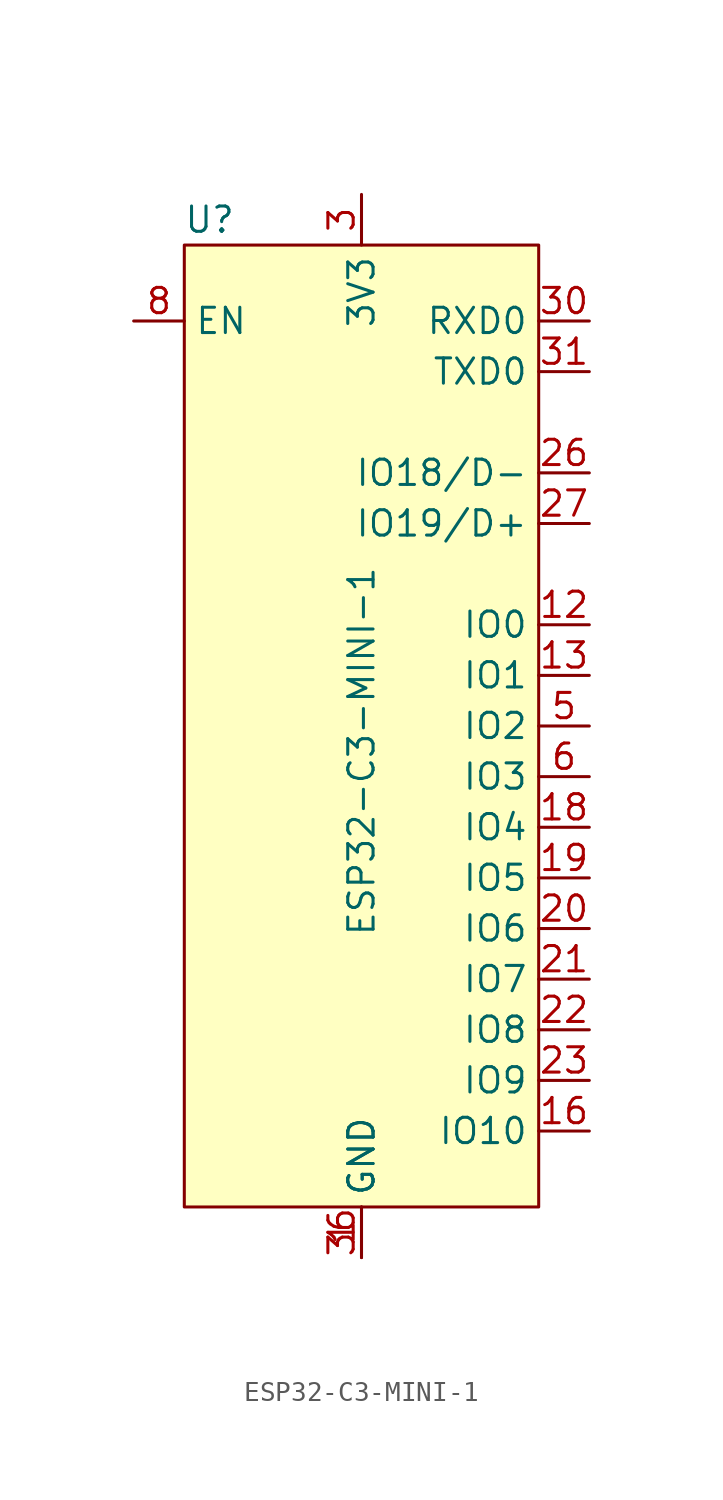
<source format=kicad_sym>
(kicad_symbol_lib
  (version 20220914)
  (generator kicad_symbol_editor)
  (symbol "ESP32-C3-MINI-1"
    (property "Reference" "U"
      (at -7.62 26.67 0)
      (effects (font (size 1.27 1.27))))
    (property "Value" "ESP32-C3-MINI-1"
      (at 0 0 90)
      (effects (font (size 1.27 1.27))))
    (symbol "ESP32-C3-MINI-1_0_0"
      (pin power_in line (at 0 -25.4 90) (length 2.54) (name "GND" (effects (font (size 1.27 1.27)))) (number "1" (effects (font (size 1.27 1.27)))))
      (pin bidirectional line (at 11.43 6.35 180) (length 2.54) (name "IO0" (effects (font (size 1.27 1.27)))) (number "12" (effects (font (size 1.27 1.27)))))
      (pin bidirectional line (at 11.43 3.81 180) (length 2.54) (name "IO1" (effects (font (size 1.27 1.27)))) (number "13" (effects (font (size 1.27 1.27)))))
      (pin bidirectional line (at 11.43 -19.05 180) (length 2.54) (name "IO10" (effects (font (size 1.27 1.27)))) (number "16" (effects (font (size 1.27 1.27)))))
      (pin bidirectional line (at 11.43 -3.81 180) (length 2.54) (name "IO4" (effects (font (size 1.27 1.27)))) (number "18" (effects (font (size 1.27 1.27)))))
      (pin bidirectional line (at 11.43 -6.35 180) (length 2.54) (name "IO5" (effects (font (size 1.27 1.27)))) (number "19" (effects (font (size 1.27 1.27)))))
      (pin bidirectional line (at 11.43 -8.89 180) (length 2.54) (name "IO6" (effects (font (size 1.27 1.27)))) (number "20" (effects (font (size 1.27 1.27)))))
      (pin bidirectional line (at 11.43 -11.43 180) (length 2.54) (name "IO7" (effects (font (size 1.27 1.27)))) (number "21" (effects (font (size 1.27 1.27)))))
      (pin bidirectional line (at 11.43 -13.97 180) (length 2.54) (name "IO8" (effects (font (size 1.27 1.27)))) (number "22" (effects (font (size 1.27 1.27)))))
      (pin bidirectional line (at 11.43 -16.51 180) (length 2.54) (name "IO9" (effects (font (size 1.27 1.27)))) (number "23" (effects (font (size 1.27 1.27)))))
      (pin power_in line (at 0 27.94 270) (length 2.54) (name "3V3" (effects (font (size 1.27 1.27)))) (number "3" (effects (font (size 1.27 1.27)))))
      (pin bidirectional line (at 11.43 21.59 180) (length 2.54) (name "RXD0" (effects (font (size 1.27 1.27)))) (number "30" (effects (font (size 1.27 1.27)))))
      (pin bidirectional line (at 11.43 19.05 180) (length 2.54) (name "TXD0" (effects (font (size 1.27 1.27)))) (number "31" (effects (font (size 1.27 1.27)))))
      (pin power_in line (at 0 -25.4 90) (length 2.54) (name "GND" (effects (font (size 1.27 1.27)))) (number "36" (effects (font (size 1.27 1.27)))))
      (pin bidirectional line (at 11.43 1.27 180) (length 2.54) (name "IO2" (effects (font (size 1.27 1.27)))) (number "5" (effects (font (size 1.27 1.27)))))
      (pin bidirectional line (at 11.43 -1.27 180) (length 2.54) (name "IO3" (effects (font (size 1.27 1.27)))) (number "6" (effects (font (size 1.27 1.27)))))
      (pin input line (at -11.43 21.59 0) (length 2.54) (name "EN" (effects (font (size 1.27 1.27)))) (number "8" (effects (font (size 1.27 1.27))))))
    (symbol "ESP32-C3-MINI-1_1_0"
      (pin power_in line (at 0 -25.4 90) (length 2.54) hide (name "GND" (effects (font (size 1.27 1.27)))) (number "11" (effects (font (size 1.27 1.27)))))
      (pin power_in line (at 0 -25.4 90) (length 2.54) hide (name "GND" (effects (font (size 1.27 1.27)))) (number "14" (effects (font (size 1.27 1.27)))))
      (pin power_in line (at 0 -25.4 90) (length 2.54) hide (name "GND" (effects (font (size 1.27 1.27)))) (number "2" (effects (font (size 1.27 1.27)))))
      (pin bidirectional line (at 11.43 13.97 180) (length 2.54) (name "IO18/D-" (effects (font (size 1.27 1.27)))) (number "26" (effects (font (size 1.27 1.27)))))
      (pin bidirectional line (at 11.43 11.43 180) (length 2.54) (name "IO19/D+" (effects (font (size 1.27 1.27)))) (number "27" (effects (font (size 1.27 1.27)))))
      (pin power_in line (at 0 -25.4 90) (length 2.54) hide (name "" (effects (font (size 1.27 1.27)))) (number "36" (effects (font (size 1.27 1.27)))))
      (pin power_in line (at 0 -25.4 90) (length 2.54) hide (name "GND" (effects (font (size 1.27 1.27)))) (number "37" (effects (font (size 1.27 1.27)))))
      (pin power_in line (at 0 -25.4 90) (length 2.54) hide (name "GND" (effects (font (size 1.27 1.27)))) (number "38" (effects (font (size 1.27 1.27)))))
      (pin power_in line (at 0 -25.4 90) (length 2.54) hide (name "GND" (effects (font (size 1.27 1.27)))) (number "39" (effects (font (size 1.27 1.27)))))
      (pin power_in line (at 0 -25.4 90) (length 2.54) hide (name "GND" (effects (font (size 1.27 1.27)))) (number "40" (effects (font (size 1.27 1.27)))))
      (pin power_in line (at 0 -25.4 90) (length 2.54) hide (name "GND" (effects (font (size 1.27 1.27)))) (number "41" (effects (font (size 1.27 1.27)))))
      (pin power_in line (at 0 -25.4 90) (length 2.54) hide (name "GND" (effects (font (size 1.27 1.27)))) (number "42" (effects (font (size 1.27 1.27)))))
      (pin power_in line (at 0 -25.4 90) (length 2.54) hide (name "GND" (effects (font (size 1.27 1.27)))) (number "43" (effects (font (size 1.27 1.27)))))
      (pin power_in line (at 0 -25.4 90) (length 2.54) hide (name "GND" (effects (font (size 1.27 1.27)))) (number "44" (effects (font (size 1.27 1.27)))))
      (pin power_in line (at 0 -25.4 90) (length 2.54) hide (name "GND" (effects (font (size 1.27 1.27)))) (number "45" (effects (font (size 1.27 1.27)))))
      (pin power_in line (at 0 -25.4 90) (length 2.54) hide (name "GND" (effects (font (size 1.27 1.27)))) (number "46" (effects (font (size 1.27 1.27)))))
      (pin power_in line (at 0 -25.4 90) (length 2.54) hide (name "GND" (effects (font (size 1.27 1.27)))) (number "47" (effects (font (size 1.27 1.27)))))
      (pin power_in line (at 0 -25.4 90) (length 2.54) hide (name "GND" (effects (font (size 1.27 1.27)))) (number "48" (effects (font (size 1.27 1.27)))))
      (pin power_in line (at 0 -25.4 90) (length 2.54) hide (name "GND" (effects (font (size 1.27 1.27)))) (number "49" (effects (font (size 1.27 1.27)))))
      (pin power_in line (at 0 -25.4 90) (length 2.54) hide (name "GND" (effects (font (size 1.27 1.27)))) (number "50" (effects (font (size 1.27 1.27)))))
      (pin power_in line (at 0 -25.4 90) (length 2.54) hide (name "GND" (effects (font (size 1.27 1.27)))) (number "51" (effects (font (size 1.27 1.27)))))
      (pin power_in line (at 0 -25.4 90) (length 2.54) hide (name "GND" (effects (font (size 1.27 1.27)))) (number "52" (effects (font (size 1.27 1.27)))))
      (pin power_in line (at 0 -25.4 90) (length 2.54) hide (name "GND" (effects (font (size 1.27 1.27)))) (number "53" (effects (font (size 1.27 1.27))))))
    (symbol "ESP32-C3-MINI-1_1_1"
      (rectangle (start -8.89 25.4) (end 8.89 -22.86) (stroke (width 0) (type default)) (fill (type background))))))
</source>
